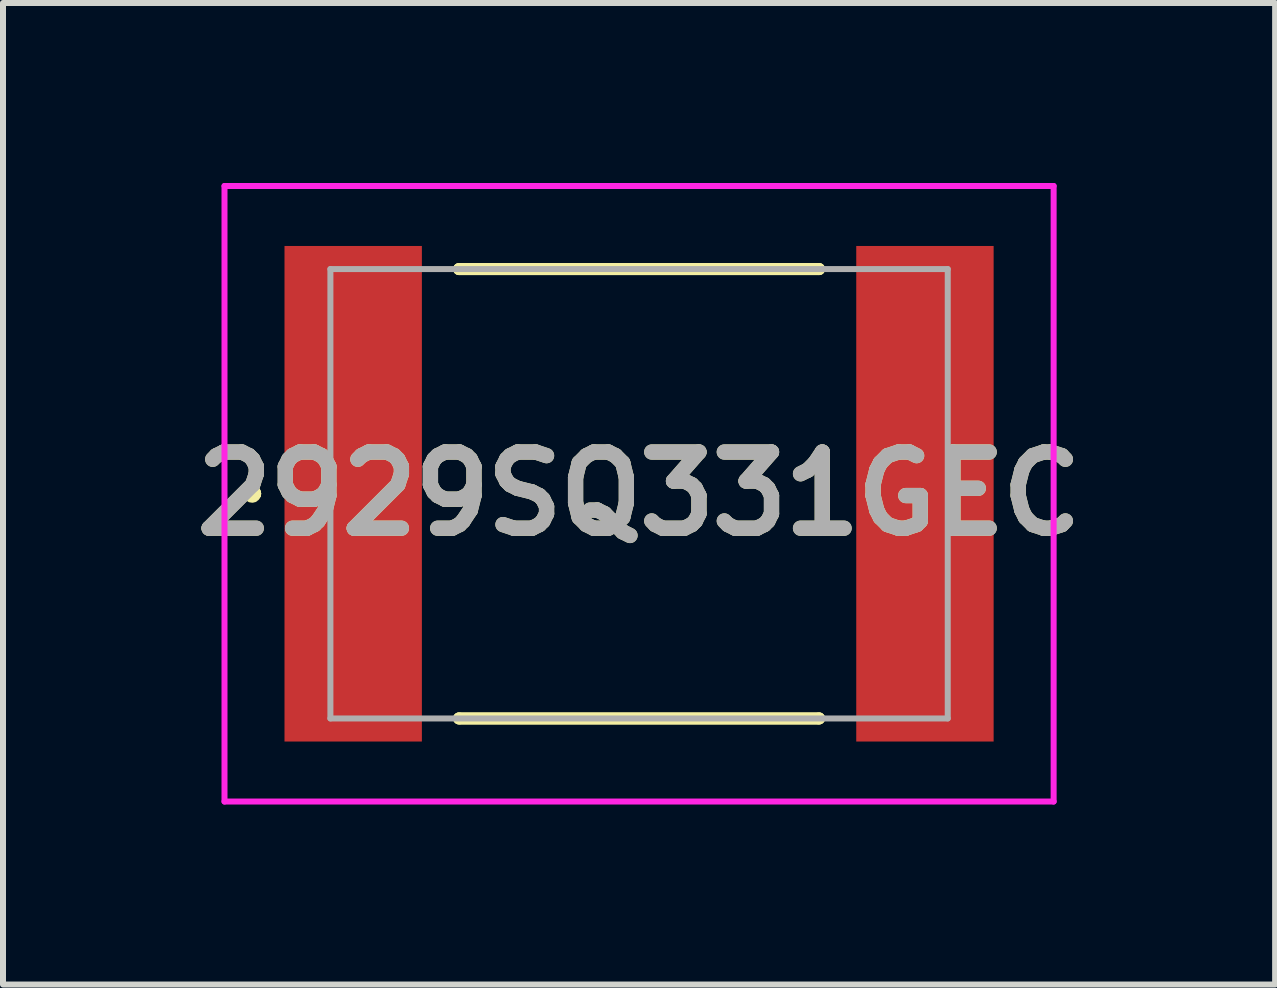
<source format=kicad_pcb>
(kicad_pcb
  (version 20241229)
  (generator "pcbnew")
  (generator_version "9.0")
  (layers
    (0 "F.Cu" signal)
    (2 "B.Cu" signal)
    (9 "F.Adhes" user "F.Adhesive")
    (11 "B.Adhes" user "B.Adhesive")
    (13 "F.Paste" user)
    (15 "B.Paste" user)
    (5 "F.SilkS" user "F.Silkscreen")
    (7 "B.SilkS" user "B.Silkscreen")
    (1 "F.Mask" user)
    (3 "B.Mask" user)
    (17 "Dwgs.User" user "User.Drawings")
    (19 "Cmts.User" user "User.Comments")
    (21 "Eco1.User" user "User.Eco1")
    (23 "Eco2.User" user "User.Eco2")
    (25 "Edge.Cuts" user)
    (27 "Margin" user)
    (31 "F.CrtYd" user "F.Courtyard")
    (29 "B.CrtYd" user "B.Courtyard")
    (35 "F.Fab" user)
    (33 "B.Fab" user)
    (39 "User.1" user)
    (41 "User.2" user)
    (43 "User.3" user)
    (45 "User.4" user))
  (footprint "2929SQ331GEC"
    (layer "F.Cu")
    (at 7.602 5.18)
    (property "Reference" "2929SQ331GEC" (at 0 0 0) (layer "F.SilkS") (effects (font (size 1.27 1.27) (thickness 0.254))))
    (attr smd)
    (fp_line (start -6.5 0) (end -6.5 0) (stroke (width 0.2) (type solid)) (layer "F.SilkS"))
    (fp_line (start -6.4 0) (end -6.4 0) (stroke (width 0.2) (type solid)) (layer "F.SilkS"))
    (fp_line (start -6.4 0) (end -6.4 0) (stroke (width 0.2) (type solid)) (layer "F.SilkS"))
    (fp_line (start -3 -3.745) (end -3 -3.745) (stroke (width 0.2) (type solid)) (layer "F.SilkS"))
    (fp_line (start -3 -3.745) (end 3 -3.745) (stroke (width 0.2) (type solid)) (layer "F.SilkS"))
    (fp_line (start -3 3.745) (end -3 3.745) (stroke (width 0.2) (type solid)) (layer "F.SilkS"))
    (fp_line (start -3 3.745) (end 3 3.745) (stroke (width 0.2) (type solid)) (layer "F.SilkS"))
    (fp_line (start 3 -3.745) (end -3 -3.745) (stroke (width 0.2) (type solid)) (layer "F.SilkS"))
    (fp_line (start 3 -3.745) (end 3 -3.745) (stroke (width 0.2) (type solid)) (layer "F.SilkS"))
    (fp_line (start 3 3.745) (end -3 3.745) (stroke (width 0.2) (type solid)) (layer "F.SilkS"))
    (fp_line (start 3 3.745) (end 3 3.745) (stroke (width 0.2) (type solid)) (layer "F.SilkS"))
    (fp_arc (start -6.5 0) (mid -6.45 -0.05) (end -6.4 0) (stroke (width 0.2) (type solid)) (layer "F.SilkS"))
    (fp_arc (start -6.5 0) (mid -6.45 -0.05) (end -6.4 0) (stroke (width 0.2) (type solid)) (layer "F.SilkS"))
    (fp_arc (start -6.4 0) (mid -6.45 0.05) (end -6.5 0) (stroke (width 0.2) (type solid)) (layer "F.SilkS"))
    (fp_line (start -6.91 -5.13) (end 6.91 -5.13) (stroke (width 0.1) (type solid)) (layer "F.CrtYd"))
    (fp_line (start -6.91 5.13) (end -6.91 -5.13) (stroke (width 0.1) (type solid)) (layer "F.CrtYd"))
    (fp_line (start 6.91 -5.13) (end 6.91 5.13) (stroke (width 0.1) (type solid)) (layer "F.CrtYd"))
    (fp_line (start 6.91 5.13) (end -6.91 5.13) (stroke (width 0.1) (type solid)) (layer "F.CrtYd"))
    (fp_line (start -5.145 -3.745) (end -5.145 3.745) (stroke (width 0.1) (type solid)) (layer "F.Fab"))
    (fp_line (start -5.145 3.745) (end 5.145 3.745) (stroke (width 0.1) (type solid)) (layer "F.Fab"))
    (fp_line (start 5.145 -3.745) (end -5.145 -3.745) (stroke (width 0.1) (type solid)) (layer "F.Fab"))
    (fp_line (start 5.145 3.745) (end 5.145 -3.745) (stroke (width 0.1) (type solid)) (layer "F.Fab"))
    (fp_text user "${REFERENCE}" (at 0 0 0) (layer "F.Fab") (effects (font (size 1.27 1.27) (thickness 0.254))))
    (pad "1" smd rect (at -4.765 0) (size 2.29 8.26) (layers "F.Cu" "F.Mask" "F.Paste"))
    (pad "2" smd rect (at 4.765 0) (size 2.29 8.26) (layers "F.Cu" "F.Mask" "F.Paste")))
  (gr_rect
    (start -3 -3)
    (end 18.204 13.36)
    (stroke (width 0.1) (type default))
    (fill no)
    (layer "Edge.Cuts")))
</source>
